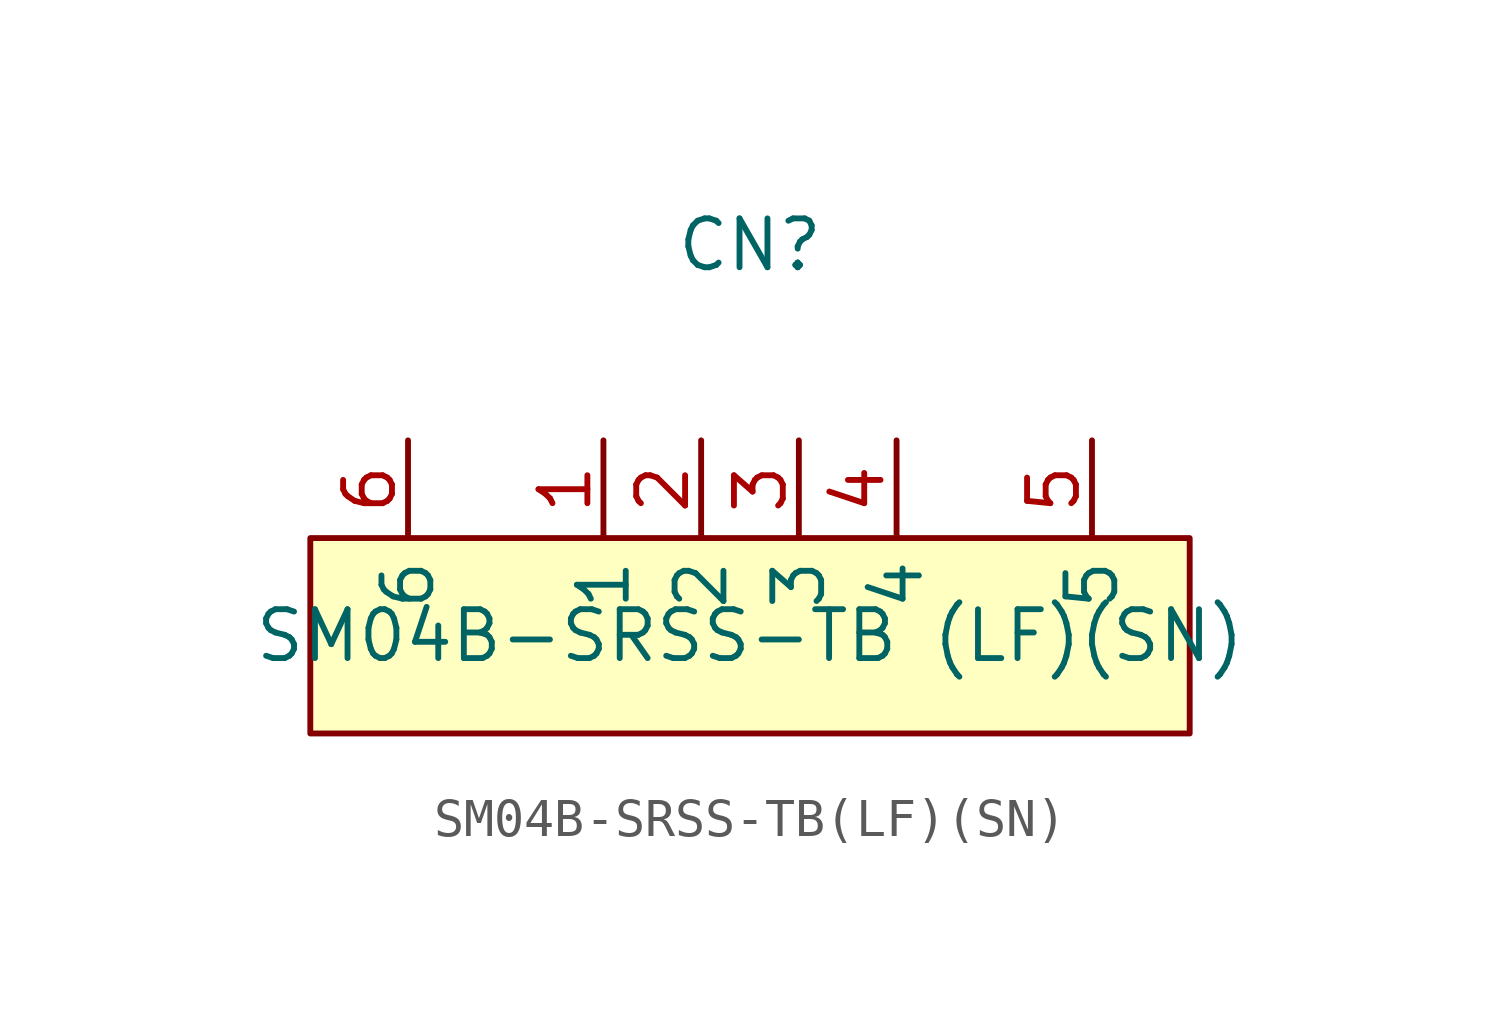
<source format=kicad_sym>
(kicad_symbol_lib
  (version 1)
  (generator "faebryk")
  (symbol "SM04B-SRSS-TB(LF)(SN)"
    (property "Reference" "CN"
      (at 0 8.89 0)
      (effects (font (size 1.27 1.27)) (hide no)))
    (property "Value" "SM04B-SRSS-TB (LF)(SN)"
      (at 0 -1.27 0)
      (effects (font (size 1.27 1.27)) (hide no)))
    (symbol "SM04B-SRSS-TB(LF)(SN)_0_1"
      (rectangle (start -11.43 1.27) (end 11.43 -3.81) (stroke (width 0) (type default) (color 0 0 0 0)) (fill (type background)))
      (pin unspecified line (at -3.81 3.81 270) (length 2.54) (name "1" (effects (font (size 1.27 1.27)) (hide no))) (number "1" (effects (font (size 1.27 1.27)) (hide no))))
      (pin unspecified line (at -1.27 3.81 270) (length 2.54) (name "2" (effects (font (size 1.27 1.27)) (hide no))) (number "2" (effects (font (size 1.27 1.27)) (hide no))))
      (pin unspecified line (at 1.27 3.81 270) (length 2.54) (name "3" (effects (font (size 1.27 1.27)) (hide no))) (number "3" (effects (font (size 1.27 1.27)) (hide no))))
      (pin unspecified line (at 3.81 3.81 270) (length 2.54) (name "4" (effects (font (size 1.27 1.27)) (hide no))) (number "4" (effects (font (size 1.27 1.27)) (hide no))))
      (pin unspecified line (at 8.89 3.81 270) (length 2.54) (name "5" (effects (font (size 1.27 1.27)) (hide no))) (number "5" (effects (font (size 1.27 1.27)) (hide no))))
      (pin unspecified line (at -8.89 3.81 270) (length 2.54) (name "6" (effects (font (size 1.27 1.27)) (hide no))) (number "6" (effects (font (size 1.27 1.27)) (hide no)))))))
</source>
